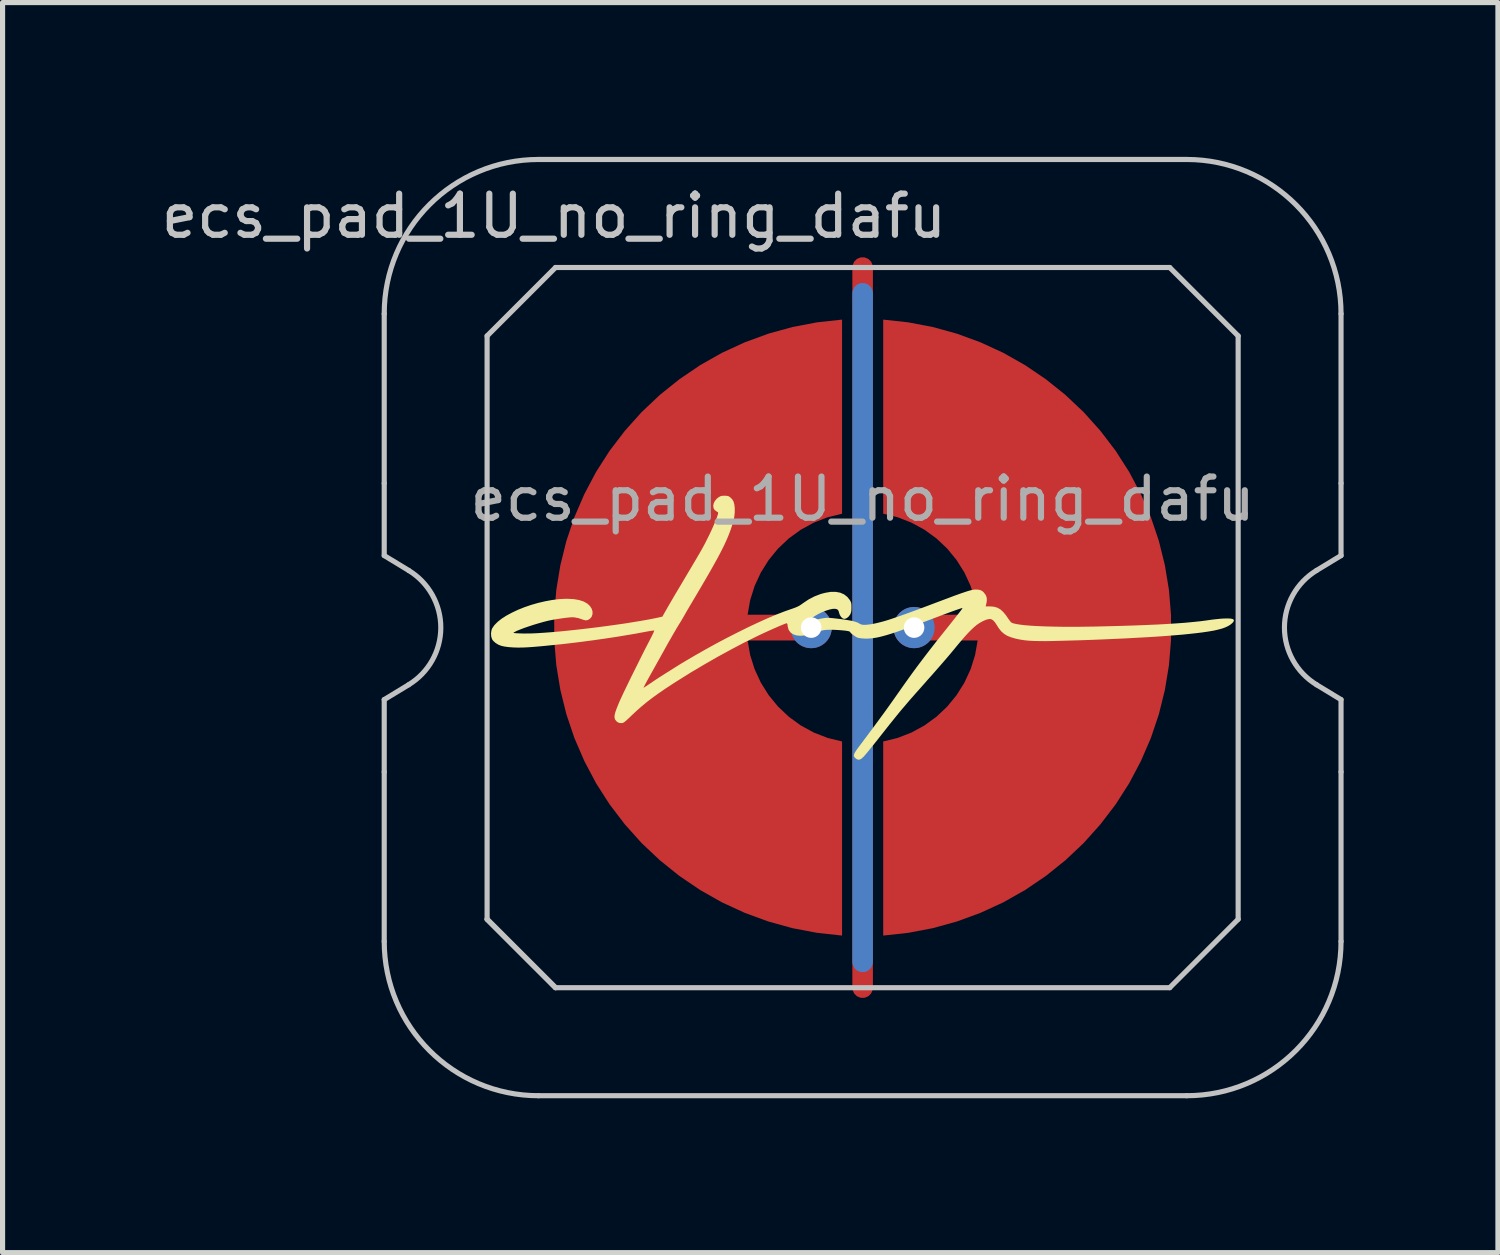
<source format=kicad_pcb>
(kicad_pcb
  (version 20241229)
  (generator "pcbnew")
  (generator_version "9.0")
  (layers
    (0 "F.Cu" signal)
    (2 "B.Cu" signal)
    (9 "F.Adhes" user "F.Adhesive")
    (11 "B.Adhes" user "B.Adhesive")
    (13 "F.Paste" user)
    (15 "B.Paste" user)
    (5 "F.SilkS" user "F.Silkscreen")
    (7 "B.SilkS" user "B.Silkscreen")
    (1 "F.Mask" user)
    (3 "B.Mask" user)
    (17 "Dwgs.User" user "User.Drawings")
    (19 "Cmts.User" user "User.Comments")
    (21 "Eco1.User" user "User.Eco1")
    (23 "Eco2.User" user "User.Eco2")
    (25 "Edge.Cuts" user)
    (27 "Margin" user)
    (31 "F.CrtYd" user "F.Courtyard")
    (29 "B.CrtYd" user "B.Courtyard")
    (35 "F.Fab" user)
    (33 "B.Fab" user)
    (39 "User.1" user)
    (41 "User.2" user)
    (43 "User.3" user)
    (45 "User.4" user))
  (footprint "ecs_pad_1U_no_ring_dafu"
    (layer "F.Cu")
    (at 13.719 9.15)
    (property "Reference" "ecs_pad_1U_no_ring_dafu" (at -6 -8 0) (layer "Dwgs.User") (effects (font (size 0.8 0.8) (thickness 0.12))))
    (attr smd)
    (fp_poly (pts (xy -2.644 -2.562) (xy -2.615 -2.557) (xy -2.591 -2.545) (xy -2.576 -2.534) (xy -2.536 -2.495) (xy -2.509 -2.448) (xy -2.493 -2.389) (xy -2.486 -2.325) (xy -2.486 -2.239) (xy -2.495 -2.154) (xy -2.515 -2.063) (xy -2.541 -1.976) (xy -2.564 -1.906) (xy -2.59 -1.836) (xy -2.618 -1.765) (xy -2.651 -1.69) (xy -2.687 -1.611) (xy -2.729 -1.526) (xy -2.776 -1.434) (xy -2.83 -1.333) (xy -2.892 -1.222) (xy -2.961 -1.099) (xy -3.039 -0.964) (xy -3.126 -0.815) (xy -3.223 -0.65) (xy -3.289 -0.539) (xy -3.327 -0.475) (xy -3.366 -0.409) (xy -3.403 -0.346) (xy -3.434 -0.292) (xy -3.456 -0.254) (xy -3.486 -0.201) (xy -3.519 -0.145) (xy -3.55 -0.094) (xy -3.563 -0.074) (xy -3.584 -0.039) (xy -3.614 0.01) (xy -3.649 0.071) (xy -3.689 0.139) (xy -3.73 0.212) (xy -3.772 0.284) (xy -3.811 0.353) (xy -3.845 0.415) (xy -3.858 0.439) (xy -3.875 0.469) (xy -3.9 0.514) (xy -3.93 0.568) (xy -3.962 0.626) (xy -3.985 0.666) (xy -4.05 0.783) (xy -4.106 0.883) (xy -4.152 0.966) (xy -4.189 1.033) (xy -4.218 1.086) (xy -4.238 1.125) (xy -4.251 1.151) (xy -4.258 1.165) (xy -4.258 1.168) (xy -4.248 1.164) (xy -4.225 1.149) (xy -4.19 1.127) (xy -4.148 1.098) (xy -4.133 1.088) (xy -4.074 1.048) (xy -4.001 0.999) (xy -3.917 0.945) (xy -3.826 0.887) (xy -3.731 0.827) (xy -3.637 0.768) (xy -3.546 0.711) (xy -3.466 0.663) (xy -3.258 0.541) (xy -3.049 0.422) (xy -2.84 0.307) (xy -2.632 0.197) (xy -2.428 0.093) (xy -2.23 -0.005) (xy -2.039 -0.095) (xy -1.857 -0.177) (xy -1.687 -0.249) (xy -1.529 -0.311) (xy -1.387 -0.361) (xy -1.374 -0.365) (xy -1.313 -0.387) (xy -1.266 -0.407) (xy -1.224 -0.429) (xy -1.181 -0.458) (xy -1.168 -0.468) (xy -1.052 -0.546) (xy -0.937 -0.606) (xy -0.818 -0.652) (xy -0.729 -0.676) (xy -0.622 -0.694) (xy -0.525 -0.695) (xy -0.437 -0.679) (xy -0.361 -0.646) (xy -0.298 -0.597) (xy -0.247 -0.533) (xy -0.246 -0.53) (xy -0.231 -0.503) (xy -0.222 -0.477) (xy -0.218 -0.446) (xy -0.217 -0.402) (xy -0.217 -0.391) (xy -0.218 -0.341) (xy -0.223 -0.305) (xy -0.232 -0.276) (xy -0.241 -0.256) (xy -0.27 -0.216) (xy -0.305 -0.186) (xy -0.343 -0.171) (xy -0.357 -0.169) (xy -0.388 -0.179) (xy -0.418 -0.206) (xy -0.443 -0.245) (xy -0.457 -0.285) (xy -0.467 -0.321) (xy -0.48 -0.343) (xy -0.499 -0.357) (xy -0.502 -0.358) (xy -0.539 -0.366) (xy -0.589 -0.363) (xy -0.651 -0.349) (xy -0.719 -0.327) (xy -0.792 -0.298) (xy -0.866 -0.262) (xy -0.937 -0.22) (xy -0.999 -0.178) (xy -1.036 -0.149) (xy -1.054 -0.129) (xy -1.054 -0.119) (xy -1.035 -0.118) (xy -0.998 -0.126) (xy -0.963 -0.136) (xy -0.88 -0.159) (xy -0.802 -0.176) (xy -0.733 -0.187) (xy -0.684 -0.19) (xy -0.638 -0.188) (xy -0.577 -0.183) (xy -0.506 -0.175) (xy -0.429 -0.166) (xy -0.353 -0.155) (xy -0.283 -0.144) (xy -0.223 -0.134) (xy -0.193 -0.127) (xy -0.132 -0.11) (xy -0.086 -0.092) (xy -0.064 -0.078) (xy -0.031 -0.061) (xy 0.016 -0.053) (xy 0.08 -0.055) (xy 0.161 -0.065) (xy 0.21 -0.074) (xy 0.263 -0.085) (xy 0.316 -0.098) (xy 0.372 -0.112) (xy 0.433 -0.129) (xy 0.499 -0.149) (xy 0.572 -0.173) (xy 0.654 -0.201) (xy 0.746 -0.233) (xy 0.85 -0.27) (xy 0.968 -0.313) (xy 1.1 -0.362) (xy 1.25 -0.418) (xy 1.416 -0.481) (xy 1.552 -0.532) (xy 1.67 -0.576) (xy 1.77 -0.614) (xy 1.856 -0.645) (xy 1.929 -0.671) (xy 1.989 -0.691) (xy 2.04 -0.708) (xy 2.081 -0.72) (xy 2.116 -0.729) (xy 2.145 -0.735) (xy 2.17 -0.738) (xy 2.192 -0.739) (xy 2.202 -0.74) (xy 2.258 -0.736) (xy 2.301 -0.724) (xy 2.337 -0.701) (xy 2.358 -0.68) (xy 2.395 -0.63) (xy 2.413 -0.577) (xy 2.414 -0.516) (xy 2.406 -0.473) (xy 2.392 -0.412) (xy 2.477 -0.412) (xy 2.551 -0.406) (xy 2.616 -0.388) (xy 2.675 -0.356) (xy 2.73 -0.307) (xy 2.785 -0.241) (xy 2.817 -0.194) (xy 2.844 -0.155) (xy 2.869 -0.123) (xy 2.888 -0.101) (xy 2.895 -0.096) (xy 2.934 -0.081) (xy 2.993 -0.068) (xy 3.071 -0.056) (xy 3.166 -0.045) (xy 3.279 -0.036) (xy 3.407 -0.029) (xy 3.549 -0.023) (xy 3.705 -0.019) (xy 3.873 -0.016) (xy 4.053 -0.015) (xy 4.242 -0.016) (xy 4.441 -0.019) (xy 4.519 -0.02) (xy 4.801 -0.027) (xy 5.063 -0.034) (xy 5.306 -0.042) (xy 5.531 -0.051) (xy 5.738 -0.06) (xy 5.93 -0.071) (xy 6.106 -0.082) (xy 6.268 -0.094) (xy 6.416 -0.108) (xy 6.553 -0.122) (xy 6.678 -0.138) (xy 6.754 -0.149) (xy 6.822 -0.158) (xy 6.896 -0.166) (xy 6.966 -0.173) (xy 7.019 -0.176) (xy 7.097 -0.178) (xy 7.156 -0.175) (xy 7.195 -0.166) (xy 7.215 -0.151) (xy 7.217 -0.13) (xy 7.2 -0.103) (xy 7.191 -0.093) (xy 7.156 -0.062) (xy 7.113 -0.034) (xy 7.06 -0.008) (xy 6.996 0.016) (xy 6.92 0.037) (xy 6.829 0.058) (xy 6.724 0.076) (xy 6.602 0.094) (xy 6.463 0.111) (xy 6.304 0.128) (xy 6.215 0.137) (xy 6.07 0.149) (xy 5.907 0.162) (xy 5.726 0.175) (xy 5.532 0.187) (xy 5.327 0.198) (xy 5.112 0.21) (xy 4.891 0.22) (xy 4.665 0.23) (xy 4.437 0.239) (xy 4.209 0.247) (xy 3.985 0.253) (xy 3.765 0.259) (xy 3.694 0.261) (xy 3.555 0.263) (xy 3.434 0.262) (xy 3.329 0.26) (xy 3.237 0.255) (xy 3.154 0.247) (xy 3.078 0.236) (xy 3.007 0.222) (xy 2.979 0.216) (xy 2.885 0.189) (xy 2.808 0.158) (xy 2.745 0.118) (xy 2.691 0.069) (xy 2.642 0.006) (xy 2.614 -0.039) (xy 2.577 -0.096) (xy 2.544 -0.135) (xy 2.512 -0.158) (xy 2.479 -0.167) (xy 2.457 -0.166) (xy 2.402 -0.153) (xy 2.339 -0.126) (xy 2.271 -0.088) (xy 2.221 -0.054) (xy 2.17 -0.012) (xy 2.114 0.04) (xy 2.051 0.104) (xy 1.98 0.182) (xy 1.899 0.276) (xy 1.834 0.354) (xy 1.785 0.414) (xy 1.739 0.469) (xy 1.694 0.523) (xy 1.649 0.576) (xy 1.601 0.632) (xy 1.548 0.693) (xy 1.49 0.76) (xy 1.423 0.836) (xy 1.347 0.923) (xy 1.258 1.022) (xy 1.228 1.057) (xy 1.157 1.137) (xy 1.099 1.203) (xy 1.051 1.256) (xy 1.012 1.3) (xy 0.981 1.336) (xy 0.955 1.365) (xy 0.933 1.39) (xy 0.913 1.413) (xy 0.894 1.435) (xy 0.874 1.459) (xy 0.856 1.48) (xy 0.805 1.54) (xy 0.756 1.597) (xy 0.708 1.655) (xy 0.659 1.715) (xy 0.606 1.781) (xy 0.547 1.854) (xy 0.48 1.938) (xy 0.404 2.035) (xy 0.354 2.098) (xy 0.293 2.176) (xy 0.234 2.25) (xy 0.178 2.319) (xy 0.128 2.381) (xy 0.085 2.434) (xy 0.05 2.474) (xy 0.027 2.502) (xy 0.021 2.508) (xy -0.02 2.546) (xy -0.055 2.566) (xy -0.087 2.568) (xy -0.119 2.555) (xy -0.137 2.541) (xy -0.157 2.522) (xy -0.168 2.502) (xy -0.17 2.479) (xy -0.162 2.452) (xy -0.143 2.416) (xy -0.112 2.37) (xy -0.068 2.31) (xy -0.058 2.297) (xy 0.118 2.062) (xy 0.284 1.838) (xy 0.443 1.621) (xy 0.597 1.405) (xy 0.682 1.284) (xy 0.786 1.136) (xy 0.882 1.001) (xy 0.973 0.875) (xy 1.061 0.755) (xy 1.15 0.637) (xy 1.241 0.517) (xy 1.337 0.393) (xy 1.441 0.26) (xy 1.556 0.116) (xy 1.581 0.084) (xy 1.661 -0.015) (xy 1.728 -0.1) (xy 1.784 -0.17) (xy 1.829 -0.228) (xy 1.865 -0.274) (xy 1.893 -0.31) (xy 1.914 -0.337) (xy 1.927 -0.356) (xy 1.936 -0.369) (xy 1.939 -0.376) (xy 1.939 -0.38) (xy 1.937 -0.381) (xy 1.922 -0.377) (xy 1.889 -0.366) (xy 1.841 -0.35) (xy 1.778 -0.328) (xy 1.704 -0.301) (xy 1.62 -0.27) (xy 1.528 -0.236) (xy 1.431 -0.199) (xy 1.337 -0.164) (xy 1.167 -0.099) (xy 1.015 -0.042) (xy 0.879 0.007) (xy 0.759 0.05) (xy 0.652 0.087) (xy 0.557 0.118) (xy 0.473 0.144) (xy 0.398 0.165) (xy 0.331 0.182) (xy 0.27 0.195) (xy 0.214 0.204) (xy 0.163 0.21) (xy 0.1 0.214) (xy 0.035 0.214) (xy -0.027 0.209) (xy -0.078 0.201) (xy -0.101 0.194) (xy -0.126 0.182) (xy -0.158 0.162) (xy -0.191 0.138) (xy -0.219 0.116) (xy -0.236 0.098) (xy -0.238 0.093) (xy -0.252 0.078) (xy -0.273 0.07) (xy -0.324 0.061) (xy -0.391 0.054) (xy -0.466 0.048) (xy -0.544 0.044) (xy -0.618 0.042) (xy -0.619 0.042) (xy -0.68 0.043) (xy -0.727 0.046) (xy -0.767 0.052) (xy -0.808 0.062) (xy -0.836 0.07) (xy -0.924 0.097) (xy -0.995 0.118) (xy -1.052 0.134) (xy -1.098 0.145) (xy -1.137 0.153) (xy -1.17 0.157) (xy -1.201 0.158) (xy -1.215 0.159) (xy -1.291 0.151) (xy -1.355 0.128) (xy -1.404 0.092) (xy -1.438 0.044) (xy -1.455 -0.017) (xy -1.456 -0.026) (xy -1.461 -0.062) (xy -1.469 -0.081) (xy -1.477 -0.085) (xy -1.493 -0.08) (xy -1.525 -0.068) (xy -1.571 -0.049) (xy -1.629 -0.025) (xy -1.695 0.004) (xy -1.767 0.036) (xy -1.843 0.07) (xy -1.919 0.105) (xy -1.994 0.14) (xy -2.061 0.172) (xy -2.307 0.294) (xy -2.563 0.429) (xy -2.825 0.572) (xy -3.088 0.723) (xy -3.347 0.877) (xy -3.598 1.034) (xy -3.689 1.092) (xy -3.835 1.188) (xy -3.965 1.277) (xy -4.082 1.361) (xy -4.19 1.444) (xy -4.291 1.527) (xy -4.389 1.613) (xy -4.487 1.704) (xy -4.5 1.717) (xy -4.551 1.766) (xy -4.589 1.801) (xy -4.618 1.826) (xy -4.64 1.842) (xy -4.658 1.851) (xy -4.674 1.856) (xy -4.685 1.857) (xy -4.735 1.853) (xy -4.777 1.83) (xy -4.808 1.793) (xy -4.817 1.772) (xy -4.823 1.746) (xy -4.823 1.716) (xy -4.817 1.68) (xy -4.804 1.634) (xy -4.783 1.576) (xy -4.754 1.503) (xy -4.727 1.439) (xy -4.707 1.394) (xy -4.679 1.334) (xy -4.644 1.259) (xy -4.602 1.172) (xy -4.556 1.077) (xy -4.506 0.974) (xy -4.453 0.867) (xy -4.399 0.759) (xy -4.345 0.65) (xy -4.292 0.544) (xy -4.242 0.444) (xy -4.194 0.351) (xy -4.151 0.268) (xy -4.126 0.22) (xy -4.099 0.168) (xy -4.077 0.122) (xy -4.061 0.086) (xy -4.052 0.064) (xy -4.051 0.057) (xy -4.063 0.057) (xy -4.092 0.06) (xy -4.135 0.067) (xy -4.188 0.076) (xy -4.225 0.083) (xy -4.402 0.116) (xy -4.596 0.149) (xy -4.802 0.183) (xy -5.016 0.215) (xy -5.234 0.246) (xy -5.451 0.275) (xy -5.662 0.301) (xy -5.863 0.324) (xy -5.956 0.333) (xy -6.073 0.345) (xy -6.171 0.355) (xy -6.254 0.363) (xy -6.323 0.369) (xy -6.382 0.374) (xy -6.434 0.378) (xy -6.48 0.381) (xy -6.524 0.384) (xy -6.569 0.386) (xy -6.59 0.387) (xy -6.693 0.389) (xy -6.792 0.386) (xy -6.885 0.379) (xy -6.965 0.368) (xy -7.027 0.354) (xy -7.086 0.33) (xy -7.139 0.296) (xy -7.182 0.257) (xy -7.203 0.227) (xy -7.22 0.174) (xy -7.224 0.113) (xy -7.215 0.052) (xy -7.201 0.014) (xy -7.158 -0.048) (xy -7.096 -0.111) (xy -7.018 -0.173) (xy -6.924 -0.233) (xy -6.818 -0.29) (xy -6.702 -0.345) (xy -6.577 -0.395) (xy -6.446 -0.44) (xy -6.311 -0.479) (xy -6.174 -0.511) (xy -6.038 -0.536) (xy -5.903 -0.553) (xy -5.773 -0.56) (xy -5.744 -0.56) (xy -5.62 -0.554) (xy -5.513 -0.536) (xy -5.423 -0.507) (xy -5.35 -0.465) (xy -5.301 -0.42) (xy -5.268 -0.369) (xy -5.251 -0.314) (xy -5.251 -0.261) (xy -5.267 -0.212) (xy -5.298 -0.174) (xy -5.339 -0.148) (xy -5.38 -0.14) (xy -5.426 -0.15) (xy -5.433 -0.153) (xy -5.522 -0.183) (xy -5.598 -0.198) (xy -5.64 -0.201) (xy -5.685 -0.199) (xy -5.745 -0.193) (xy -5.816 -0.184) (xy -5.892 -0.173) (xy -5.97 -0.161) (xy -6.042 -0.148) (xy -6.105 -0.135) (xy -6.115 -0.133) (xy -6.205 -0.11) (xy -6.3 -0.083) (xy -6.397 -0.054) (xy -6.491 -0.023) (xy -6.579 0.007) (xy -6.657 0.037) (xy -6.721 0.063) (xy -6.754 0.08) (xy -6.791 0.099) (xy -6.765 0.107) (xy -6.746 0.109) (xy -6.71 0.111) (xy -6.661 0.113) (xy -6.602 0.115) (xy -6.548 0.115) (xy -6.447 0.114) (xy -6.328 0.109) (xy -6.193 0.1) (xy -6.044 0.089) (xy -5.883 0.075) (xy -5.714 0.058) (xy -5.537 0.039) (xy -5.356 0.018) (xy -5.173 -0.004) (xy -4.991 -0.028) (xy -4.81 -0.053) (xy -4.635 -0.078) (xy -4.467 -0.105) (xy -4.308 -0.131) (xy -4.161 -0.157) (xy -4.029 -0.183) (xy -3.968 -0.196) (xy -3.893 -0.213) (xy -3.784 -0.405) (xy -3.754 -0.457) (xy -3.714 -0.525) (xy -3.668 -0.604) (xy -3.617 -0.691) (xy -3.562 -0.783) (xy -3.506 -0.877) (xy -3.451 -0.97) (xy -3.439 -0.99) (xy -3.387 -1.078) (xy -3.334 -1.166) (xy -3.285 -1.25) (xy -3.239 -1.327) (xy -3.199 -1.396) (xy -3.165 -1.453) (xy -3.141 -1.496) (xy -3.134 -1.508) (xy -3.083 -1.6) (xy -3.033 -1.698) (xy -2.984 -1.796) (xy -2.938 -1.893) (xy -2.897 -1.985) (xy -2.861 -2.068) (xy -2.834 -2.14) (xy -2.815 -2.197) (xy -2.814 -2.201) (xy -2.808 -2.227) (xy -2.812 -2.242) (xy -2.83 -2.253) (xy -2.839 -2.258) (xy -2.877 -2.286) (xy -2.898 -2.323) (xy -2.904 -2.368) (xy -2.895 -2.415) (xy -2.871 -2.463) (xy -2.834 -2.507) (xy -2.799 -2.534) (xy -2.77 -2.551) (xy -2.741 -2.56) (xy -2.704 -2.563) (xy -2.685 -2.563)) (stroke (width 0) (type solid)) (fill yes) (layer "F.SilkS"))
    (fp_line (start -9.3 -2.805) (end -9.3 -6.1) (stroke (width 0.1) (type solid)) (layer "Dwgs.User"))
    (fp_line (start -9.3 -1.4) (end -9.3 -2.805) (stroke (width 0.1) (type solid)) (layer "Dwgs.User"))
    (fp_line (start -9.3 1.4) (end -8.824 1.111) (stroke (width 0.1) (type solid)) (layer "Dwgs.User"))
    (fp_line (start -9.3 2.805) (end -9.3 1.4) (stroke (width 0.1) (type solid)) (layer "Dwgs.User"))
    (fp_line (start -9.3 6.1) (end -9.3 2.805) (stroke (width 0.1) (type solid)) (layer "Dwgs.User"))
    (fp_line (start -8.824 -1.111) (end -9.3 -1.4) (stroke (width 0.1) (type solid)) (layer "Dwgs.User"))
    (fp_line (start -7.3 -5.67) (end -5.97 -7) (stroke (width 0.1) (type solid)) (layer "Dwgs.User"))
    (fp_line (start -7.3 5.67) (end -7.3 -5.67) (stroke (width 0.1) (type solid)) (layer "Dwgs.User"))
    (fp_line (start -7.3 5.67) (end -5.97 7) (stroke (width 0.1) (type solid)) (layer "Dwgs.User"))
    (fp_line (start -6.3 -9.1) (end 6.3 -9.1) (stroke (width 0.1) (type solid)) (layer "Dwgs.User"))
    (fp_line (start -5.97 -7) (end 5.97 -7) (stroke (width 0.1) (type solid)) (layer "Dwgs.User"))
    (fp_line (start -5.97 7) (end -7.3 5.67) (stroke (width 0.1) (type solid)) (layer "Dwgs.User"))
    (fp_line (start 5.97 -7) (end 7.3 -5.67) (stroke (width 0.1) (type solid)) (layer "Dwgs.User"))
    (fp_line (start 5.97 7) (end -5.97 7) (stroke (width 0.1) (type solid)) (layer "Dwgs.User"))
    (fp_line (start 6.3 9.1) (end -6.3 9.1) (stroke (width 0.1) (type solid)) (layer "Dwgs.User"))
    (fp_line (start 7.3 -5.67) (end 7.3 5.67) (stroke (width 0.1) (type solid)) (layer "Dwgs.User"))
    (fp_line (start 7.3 5.67) (end 5.97 7) (stroke (width 0.1) (type solid)) (layer "Dwgs.User"))
    (fp_line (start 8.824 1.111) (end 9.3 1.4) (stroke (width 0.1) (type solid)) (layer "Dwgs.User"))
    (fp_line (start 9.3 -6.1) (end 9.3 -2.805) (stroke (width 0.1) (type solid)) (layer "Dwgs.User"))
    (fp_line (start 9.3 -2.805) (end 9.3 -1.4) (stroke (width 0.1) (type solid)) (layer "Dwgs.User"))
    (fp_line (start 9.3 -1.4) (end 8.824 -1.111) (stroke (width 0.1) (type solid)) (layer "Dwgs.User"))
    (fp_line (start 9.3 1.4) (end 9.3 2.805) (stroke (width 0.1) (type solid)) (layer "Dwgs.User"))
    (fp_line (start 9.3 2.805) (end 9.3 6.1) (stroke (width 0.1) (type solid)) (layer "Dwgs.User"))
    (fp_arc (start -9.3 -6.1) (mid -8.42132 -8.22132) (end -6.3 -9.1) (stroke (width 0.1) (type solid)) (layer "Dwgs.User"))
    (fp_arc (start -8.824333 -1.110619) (mid -8.2 0) (end -8.824333 1.110619) (stroke (width 0.1) (type solid)) (layer "Dwgs.User"))
    (fp_arc (start -6.3 9.1) (mid -8.42132 8.22132) (end -9.3 6.1) (stroke (width 0.1) (type solid)) (layer "Dwgs.User"))
    (fp_arc (start 6.3 -9.1) (mid 8.42132 -8.22132) (end 9.3 -6.1) (stroke (width 0.1) (type solid)) (layer "Dwgs.User"))
    (fp_arc (start 8.824333 1.110619) (mid 8.2 0) (end 8.824333 -1.110619) (stroke (width 0.1) (type solid)) (layer "Dwgs.User"))
    (fp_arc (start 9.3 6.1) (mid 8.42132 8.22132) (end 6.3 9.1) (stroke (width 0.1) (type solid)) (layer "Dwgs.User"))
    (fp_text user "${REFERENCE}" (at 0 -2.5 0) (layer "F.Fab") (effects (font (size 0.8 0.8) (thickness 0.12))))
    (pad "1" smd custom (at -1 0) (size 0.4 0.4) (layers "F.Cu") (options (anchor circle)) (primitives (gr_poly (pts (xy 0.6 -2.214) (xy 0.32 -2.145) (xy 0.052 -2.041) (xy -0.201 -1.903) (xy -0.434 -1.734) (xy -0.644 -1.536) (xy -0.826 -1.314) (xy -0.979 -1.07) (xy -1.1 -0.808) (xy -1.186 -0.534) (xy -1.236 -0.25) (xy 0 -0.25) (xy 0.096 -0.231) (xy 0.177 -0.177) (xy 0.231 -0.096) (xy 0.25 0) (xy 0.231 0.096) (xy 0.177 0.177) (xy 0.096 0.231) (xy 0 0.25) (xy -1.236 0.25) (xy -1.186 0.534) (xy -1.1 0.808) (xy -0.979 1.07) (xy -0.826 1.314) (xy -0.644 1.536) (xy -0.434 1.734) (xy -0.201 1.903) (xy 0.052 2.041) (xy 0.32 2.145) (xy 0.6 2.214) (xy 0.6 5.987) (xy 0.115 5.934) (xy -0.364 5.843) (xy -0.834 5.713) (xy -1.292 5.545) (xy -1.735 5.341) (xy -2.159 5.101) (xy -2.563 4.827) (xy -2.943 4.522) (xy -3.298 4.187) (xy -3.623 3.824) (xy -3.919 3.436) (xy -4.182 3.025) (xy -4.41 2.594) (xy -4.603 2.147) (xy -4.759 1.684) (xy -4.876 1.211) (xy -4.955 0.73) (xy -4.995 0.244) (xy -4.995 -0.244) (xy -4.955 -0.73) (xy -4.876 -1.211) (xy -4.759 -1.684) (xy -4.603 -2.147) (xy -4.41 -2.594) (xy -4.182 -3.025) (xy -3.919 -3.436) (xy -3.623 -3.824) (xy -3.298 -4.187) (xy -2.943 -4.522) (xy -2.563 -4.827) (xy -2.159 -5.101) (xy -1.735 -5.341) (xy -1.292 -5.545) (xy -0.834 -5.713) (xy -0.364 -5.843) (xy 0.115 -5.934) (xy 0.6 -5.987)) (width 0) (fill yes))))
    (pad "1" thru_hole circle (at -1 0) (size 0.8 0.8) (drill 0.4) (layers "*.Cu"))
    (pad "2" smd custom (at 1 0 180) (size 0.4 0.4) (layers "F.Cu") (options (anchor circle)) (primitives (gr_poly (pts (xy 0.6 -2.214) (xy 0.32 -2.145) (xy 0.052 -2.041) (xy -0.201 -1.903) (xy -0.434 -1.734) (xy -0.644 -1.536) (xy -0.826 -1.314) (xy -0.979 -1.07) (xy -1.1 -0.808) (xy -1.186 -0.534) (xy -1.236 -0.25) (xy 0 -0.25) (xy 0.096 -0.231) (xy 0.177 -0.177) (xy 0.231 -0.096) (xy 0.25 0) (xy 0.231 0.096) (xy 0.177 0.177) (xy 0.096 0.231) (xy 0 0.25) (xy -1.236 0.25) (xy -1.186 0.534) (xy -1.1 0.808) (xy -0.979 1.07) (xy -0.826 1.314) (xy -0.644 1.536) (xy -0.434 1.734) (xy -0.201 1.903) (xy 0.052 2.041) (xy 0.32 2.145) (xy 0.6 2.214) (xy 0.6 5.987) (xy 0.115 5.934) (xy -0.364 5.843) (xy -0.834 5.713) (xy -1.292 5.545) (xy -1.735 5.341) (xy -2.159 5.101) (xy -2.563 4.827) (xy -2.943 4.522) (xy -3.298 4.187) (xy -3.623 3.824) (xy -3.919 3.436) (xy -4.182 3.025) (xy -4.41 2.594) (xy -4.603 2.147) (xy -4.759 1.684) (xy -4.876 1.211) (xy -4.955 0.73) (xy -4.995 0.244) (xy -4.995 -0.244) (xy -4.955 -0.73) (xy -4.876 -1.211) (xy -4.759 -1.684) (xy -4.603 -2.147) (xy -4.41 -2.594) (xy -4.182 -3.025) (xy -3.919 -3.436) (xy -3.623 -3.824) (xy -3.298 -4.187) (xy -2.943 -4.522) (xy -2.563 -4.827) (xy -2.159 -5.101) (xy -1.735 -5.341) (xy -1.292 -5.545) (xy -0.834 -5.713) (xy -0.364 -5.843) (xy 0.115 -5.934) (xy 0.6 -5.987)) (width 0) (fill yes))))
    (pad "2" thru_hole circle (at 1 0) (size 0.8 0.8) (drill 0.4) (layers "*.Cu"))
    (pad "3" smd custom (at 0 0) (size 0.4 0.4) (layers "F.Cu") (options (anchor rect)) (primitives (gr_line (start 0 -7) (end 0 7) (width 0.4))))
    (pad "3" smd custom (at 0 0) (size 0.4 0.4) (layers "B.Cu") (options (anchor rect)) (primitives (gr_line (start 0 -6.5) (end 0 6.5) (width 0.4))))
    (zone (net_name "") (layer "F.Cu") (hatch edge 0.508) (connect_pads) (min_thickness 0.254) (filled_areas_thickness no) (keepout (tracks allowed) (vias allowed) (pads allowed) (copperpour not_allowed) (footprints allowed)) (placement (enabled no)) (fill) (polygon (pts (xy 20.724 9.15) (xy 20.705 8.637) (xy 20.649 8.127) (xy 20.555 7.622) (xy 20.425 7.125) (xy 20.259 6.64) (xy 20.057 6.167) (xy 19.822 5.711) (xy 19.554 5.274) (xy 19.254 4.857) (xy 18.925 4.463) (xy 18.567 4.094) (xy 18.184 3.753) (xy 17.777 3.44) (xy 17.348 3.158) (xy 16.899 2.909) (xy 16.434 2.692) (xy 15.953 2.511) (xy 15.461 2.365) (xy 14.96 2.256) (xy 14.451 2.183) (xy 13.939 2.149) (xy 13.426 2.151) (xy 12.914 2.192) (xy 12.406 2.269) (xy 11.906 2.384) (xy 11.415 2.535) (xy 10.937 2.721) (xy 10.474 2.942) (xy 10.028 3.197) (xy 9.602 3.483) (xy 9.198 3.8) (xy 8.818 4.145) (xy 8.465 4.518) (xy 8.139 4.915) (xy 7.844 5.335) (xy 7.581 5.775) (xy 7.35 6.234) (xy 7.153 6.708) (xy 6.992 7.196) (xy 6.867 7.694) (xy 6.779 8.199) (xy 6.728 8.71) (xy 6.715 9.223) (xy 6.739 9.736) (xy 6.8 10.246) (xy 6.899 10.75) (xy 7.035 11.245) (xy 7.206 11.729) (xy 7.412 12.199) (xy 7.653 12.652) (xy 7.925 13.087) (xy 8.229 13.501) (xy 8.563 13.891) (xy 8.924 14.256) (xy 9.311 14.594) (xy 9.721 14.902) (xy 10.153 15.179) (xy 10.604 15.424) (xy 11.072 15.636) (xy 11.554 15.812) (xy 12.048 15.953) (xy 12.551 16.057) (xy 13.06 16.124) (xy 13.572 16.153) (xy 14.086 16.145) (xy 14.597 16.1) (xy 15.104 16.017) (xy 15.603 15.897) (xy 16.092 15.741) (xy 16.568 15.549) (xy 17.029 15.323) (xy 17.472 15.064) (xy 17.896 14.774) (xy 18.296 14.453) (xy 18.672 14.103) (xy 19.022 13.727) (xy 19.343 13.326) (xy 19.633 12.903) (xy 19.892 12.46) (xy 20.118 11.999) (xy 20.31 11.523) (xy 20.466 11.034) (xy 20.586 10.535) (xy 20.669 10.028) (xy 20.714 9.517))))
    (zone (net_name "") (layer "B.Cu") (hatch edge 0.508) (connect_pads) (min_thickness 0.254) (filled_areas_thickness no) (keepout (tracks allowed) (vias allowed) (pads allowed) (copperpour not_allowed) (footprints allowed)) (placement (enabled no)) (fill) (polygon (pts (xy 20.277 9.15) (xy 20.257 8.635) (xy 20.197 8.124) (xy 20.096 7.619) (xy 19.956 7.123) (xy 19.778 6.64) (xy 19.562 6.173) (xy 19.311 5.723) (xy 19.025 5.295) (xy 18.706 4.891) (xy 18.356 4.513) (xy 17.978 4.163) (xy 17.574 3.844) (xy 17.146 3.558) (xy 16.696 3.307) (xy 16.229 3.091) (xy 15.746 2.913) (xy 15.25 2.773) (xy 14.745 2.672) (xy 14.234 2.612) (xy 13.719 2.592) (xy 13.204 2.612) (xy 12.693 2.672) (xy 12.188 2.773) (xy 11.692 2.913) (xy 11.209 3.091) (xy 10.742 3.307) (xy 10.292 3.558) (xy 9.864 3.844) (xy 9.46 4.163) (xy 9.082 4.513) (xy 8.732 4.891) (xy 8.413 5.295) (xy 8.127 5.723) (xy 7.876 6.173) (xy 7.66 6.64) (xy 7.482 7.123) (xy 7.342 7.619) (xy 7.242 8.124) (xy 7.181 8.635) (xy 7.161 9.15) (xy 7.181 9.665) (xy 7.242 10.176) (xy 7.342 10.681) (xy 7.482 11.177) (xy 7.66 11.66) (xy 7.876 12.127) (xy 8.127 12.577) (xy 8.413 13.005) (xy 8.732 13.409) (xy 9.082 13.787) (xy 9.46 14.137) (xy 9.864 14.456) (xy 10.292 14.742) (xy 10.742 14.993) (xy 11.209 15.209) (xy 11.692 15.387) (xy 12.188 15.527) (xy 12.693 15.628) (xy 13.204 15.688) (xy 13.719 15.708) (xy 14.234 15.688) (xy 14.745 15.628) (xy 15.25 15.527) (xy 15.746 15.387) (xy 16.229 15.209) (xy 16.696 14.993) (xy 17.146 14.742) (xy 17.574 14.456) (xy 17.978 14.137) (xy 18.356 13.787) (xy 18.706 13.409) (xy 19.025 13.005) (xy 19.311 12.577) (xy 19.562 12.127) (xy 19.778 11.66) (xy 19.956 11.177) (xy 20.096 10.681) (xy 20.197 10.176) (xy 20.257 9.665)))))
  (gr_rect
    (start -3 -3)
    (end 26.069 21.3)
    (stroke (width 0.1) (type default))
    (fill no)
    (layer "Edge.Cuts")))
</source>
